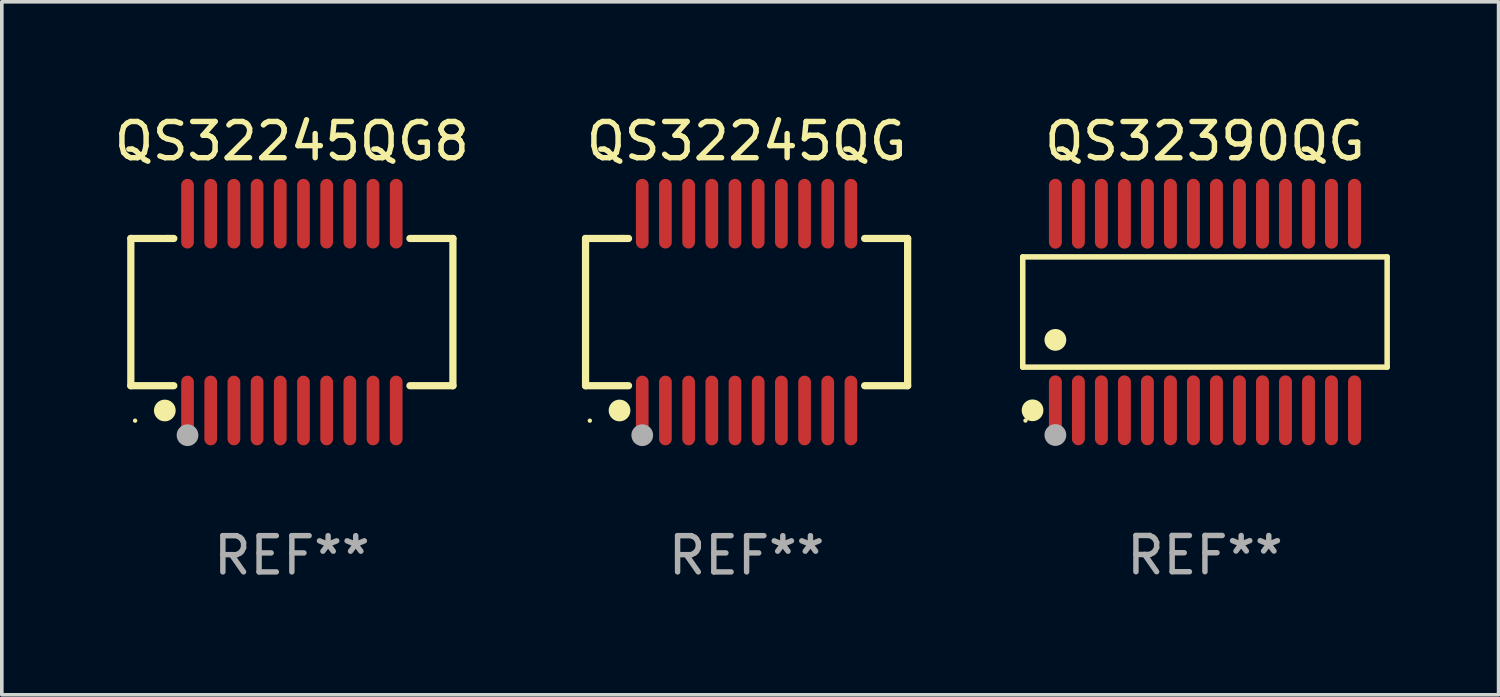
<source format=kicad_pcb>
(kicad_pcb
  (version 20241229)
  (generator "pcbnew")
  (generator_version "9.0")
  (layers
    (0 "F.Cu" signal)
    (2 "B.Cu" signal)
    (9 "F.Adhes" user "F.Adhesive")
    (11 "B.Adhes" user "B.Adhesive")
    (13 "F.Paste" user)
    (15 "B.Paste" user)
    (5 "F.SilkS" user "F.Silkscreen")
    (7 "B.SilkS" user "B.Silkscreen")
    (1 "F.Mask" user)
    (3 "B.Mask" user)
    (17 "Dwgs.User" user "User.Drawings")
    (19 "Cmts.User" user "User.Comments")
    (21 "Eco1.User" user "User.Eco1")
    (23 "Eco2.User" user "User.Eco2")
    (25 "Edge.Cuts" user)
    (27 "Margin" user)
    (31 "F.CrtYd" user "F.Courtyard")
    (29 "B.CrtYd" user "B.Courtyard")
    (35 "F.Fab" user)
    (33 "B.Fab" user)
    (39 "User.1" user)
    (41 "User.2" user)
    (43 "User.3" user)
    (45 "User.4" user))
  (footprint "QS32245QG8"
    (layer "F.Cu")
    (at 5.006 5.564)
    (property "Reference" "QS32245QG8" (at 0 -4.716 0) (layer "F.SilkS") (effects (font (size 1 1) (thickness 0.15))))
    (attr through_hole)
    (fp_line (start -4.445 -2.032) (end -4.445 2.032) (stroke (width 0.2) (type solid)) (layer "F.SilkS"))
    (fp_line (start -4.445 2.032) (end -3.259 2.032) (stroke (width 0.2) (type solid)) (layer "F.SilkS"))
    (fp_line (start -3.429 -2.032) (end -4.445 -2.032) (stroke (width 0.2) (type solid)) (layer "F.SilkS"))
    (fp_line (start -3.259 -2.032) (end -3.429 -2.032) (stroke (width 0.2) (type solid)) (layer "F.SilkS"))
    (fp_line (start 3.259 2.032) (end 4.445 2.032) (stroke (width 0.2) (type solid)) (layer "F.SilkS"))
    (fp_line (start 4.445 -2.032) (end 3.259 -2.032) (stroke (width 0.2) (type solid)) (layer "F.SilkS"))
    (fp_line (start 4.445 2.032) (end 4.445 -2.032) (stroke (width 0.2) (type solid)) (layer "F.SilkS"))
    (fp_circle (center -4.327 2.997) (end -4.297 2.997) (stroke (width 0.06) (type solid)) (fill no) (layer "F.SilkS"))
    (fp_circle (center -3.507 2.716) (end -3.357 2.716) (stroke (width 0.3) (type solid)) (fill no) (layer "F.SilkS"))
    (fp_circle (center -2.88 3.398) (end -2.73 3.398) (stroke (width 0.3) (type solid)) (fill no) (layer "F.Fab"))
    (fp_text user "REF**" (at 0 6.716 0) (layer "F.Fab") (effects (font (size 1 1) (thickness 0.15))))
    (pad "1" smd oval (at -2.88 2.716) (size 0.35 1.922) (layers "F.Cu" "F.Mask" "F.Paste"))
    (pad "2" smd oval (at -2.24 2.716) (size 0.35 1.922) (layers "F.Cu" "F.Mask" "F.Paste"))
    (pad "3" smd oval (at -1.6 2.716) (size 0.35 1.922) (layers "F.Cu" "F.Mask" "F.Paste"))
    (pad "4" smd oval (at -0.96 2.716) (size 0.35 1.922) (layers "F.Cu" "F.Mask" "F.Paste"))
    (pad "5" smd oval (at -0.32 2.716) (size 0.35 1.922) (layers "F.Cu" "F.Mask" "F.Paste"))
    (pad "6" smd oval (at 0.32 2.716) (size 0.35 1.922) (layers "F.Cu" "F.Mask" "F.Paste"))
    (pad "7" smd oval (at 0.96 2.716) (size 0.35 1.922) (layers "F.Cu" "F.Mask" "F.Paste"))
    (pad "8" smd oval (at 1.6 2.716) (size 0.35 1.922) (layers "F.Cu" "F.Mask" "F.Paste"))
    (pad "9" smd oval (at 2.24 2.716) (size 0.35 1.922) (layers "F.Cu" "F.Mask" "F.Paste"))
    (pad "10" smd oval (at 2.88 2.716) (size 0.35 1.922) (layers "F.Cu" "F.Mask" "F.Paste"))
    (pad "11" smd oval (at 2.88 -2.716) (size 0.35 1.922) (layers "F.Cu" "F.Mask" "F.Paste"))
    (pad "12" smd oval (at 2.24 -2.716) (size 0.35 1.922) (layers "F.Cu" "F.Mask" "F.Paste"))
    (pad "13" smd oval (at 1.6 -2.716) (size 0.35 1.922) (layers "F.Cu" "F.Mask" "F.Paste"))
    (pad "14" smd oval (at 0.96 -2.716) (size 0.35 1.922) (layers "F.Cu" "F.Mask" "F.Paste"))
    (pad "15" smd oval (at 0.32 -2.716) (size 0.35 1.922) (layers "F.Cu" "F.Mask" "F.Paste"))
    (pad "16" smd oval (at -0.32 -2.716) (size 0.35 1.922) (layers "F.Cu" "F.Mask" "F.Paste"))
    (pad "17" smd oval (at -0.96 -2.716) (size 0.35 1.922) (layers "F.Cu" "F.Mask" "F.Paste"))
    (pad "18" smd oval (at -1.6 -2.716) (size 0.35 1.922) (layers "F.Cu" "F.Mask" "F.Paste"))
    (pad "19" smd oval (at -2.24 -2.716) (size 0.35 1.922) (layers "F.Cu" "F.Mask" "F.Paste"))
    (pad "20" smd oval (at -2.88 -2.716) (size 0.35 1.922) (layers "F.Cu" "F.Mask" "F.Paste")))
  (footprint "QS32390QG"
    (layer "F.Cu")
    (at 30.208 5.562)
    (property "Reference" "QS32390QG" (at 0 -4.713 0) (layer "F.SilkS") (effects (font (size 1 1) (thickness 0.15))))
    (attr through_hole)
    (fp_line (start -5.029 -1.521) (end 5.029 -1.521) (stroke (width 0.152) (type solid)) (layer "F.SilkS"))
    (fp_line (start -5.029 1.521) (end -5.029 -1.521) (stroke (width 0.152) (type solid)) (layer "F.SilkS"))
    (fp_line (start 5.029 -1.521) (end 5.029 1.521) (stroke (width 0.152) (type solid)) (layer "F.SilkS"))
    (fp_line (start 5.029 1.521) (end -5.029 1.521) (stroke (width 0.152) (type solid)) (layer "F.SilkS"))
    (fp_circle (center -4.953 2.995) (end -4.923 2.995) (stroke (width 0.06) (type solid)) (fill no) (layer "F.SilkS"))
    (fp_circle (center -4.758 2.713) (end -4.608 2.713) (stroke (width 0.3) (type solid)) (fill no) (layer "F.SilkS"))
    (fp_circle (center -4.128 0.769) (end -3.977 0.769) (stroke (width 0.3) (type solid)) (fill no) (layer "F.SilkS"))
    (fp_circle (center -4.128 3.395) (end -3.977 3.395) (stroke (width 0.3) (type solid)) (fill no) (layer "F.Fab"))
    (fp_text user "REF**" (at 0 6.713 0) (layer "F.Fab") (effects (font (size 1 1) (thickness 0.15))))
    (pad "1" smd oval (at -4.128 2.713) (size 0.356 1.927) (layers "F.Cu" "F.Mask" "F.Paste"))
    (pad "2" smd oval (at -3.493 2.713) (size 0.356 1.927) (layers "F.Cu" "F.Mask" "F.Paste"))
    (pad "3" smd oval (at -2.858 2.713) (size 0.356 1.927) (layers "F.Cu" "F.Mask" "F.Paste"))
    (pad "4" smd oval (at -2.223 2.713) (size 0.356 1.927) (layers "F.Cu" "F.Mask" "F.Paste"))
    (pad "5" smd oval (at -1.588 2.713) (size 0.356 1.927) (layers "F.Cu" "F.Mask" "F.Paste"))
    (pad "6" smd oval (at -0.953 2.713) (size 0.356 1.927) (layers "F.Cu" "F.Mask" "F.Paste"))
    (pad "7" smd oval (at -0.318 2.713) (size 0.356 1.927) (layers "F.Cu" "F.Mask" "F.Paste"))
    (pad "8" smd oval (at 0.318 2.713) (size 0.356 1.927) (layers "F.Cu" "F.Mask" "F.Paste"))
    (pad "9" smd oval (at 0.953 2.713) (size 0.356 1.927) (layers "F.Cu" "F.Mask" "F.Paste"))
    (pad "10" smd oval (at 1.588 2.713) (size 0.356 1.927) (layers "F.Cu" "F.Mask" "F.Paste"))
    (pad "11" smd oval (at 2.223 2.713) (size 0.356 1.927) (layers "F.Cu" "F.Mask" "F.Paste"))
    (pad "12" smd oval (at 2.858 2.713) (size 0.356 1.927) (layers "F.Cu" "F.Mask" "F.Paste"))
    (pad "13" smd oval (at 3.493 2.713) (size 0.356 1.927) (layers "F.Cu" "F.Mask" "F.Paste"))
    (pad "14" smd oval (at 4.128 2.713) (size 0.356 1.927) (layers "F.Cu" "F.Mask" "F.Paste"))
    (pad "15" smd oval (at 4.128 -2.713) (size 0.356 1.927) (layers "F.Cu" "F.Mask" "F.Paste"))
    (pad "16" smd oval (at 3.493 -2.713) (size 0.356 1.927) (layers "F.Cu" "F.Mask" "F.Paste"))
    (pad "17" smd oval (at 2.858 -2.713) (size 0.356 1.927) (layers "F.Cu" "F.Mask" "F.Paste"))
    (pad "18" smd oval (at 2.223 -2.713) (size 0.356 1.927) (layers "F.Cu" "F.Mask" "F.Paste"))
    (pad "19" smd oval (at 1.588 -2.713) (size 0.356 1.927) (layers "F.Cu" "F.Mask" "F.Paste"))
    (pad "20" smd oval (at 0.953 -2.713) (size 0.356 1.927) (layers "F.Cu" "F.Mask" "F.Paste"))
    (pad "21" smd oval (at 0.318 -2.713) (size 0.356 1.927) (layers "F.Cu" "F.Mask" "F.Paste"))
    (pad "22" smd oval (at -0.318 -2.713) (size 0.356 1.927) (layers "F.Cu" "F.Mask" "F.Paste"))
    (pad "23" smd oval (at -0.953 -2.713) (size 0.356 1.927) (layers "F.Cu" "F.Mask" "F.Paste"))
    (pad "24" smd oval (at -1.588 -2.713) (size 0.356 1.927) (layers "F.Cu" "F.Mask" "F.Paste"))
    (pad "25" smd oval (at -2.223 -2.713) (size 0.356 1.927) (layers "F.Cu" "F.Mask" "F.Paste"))
    (pad "26" smd oval (at -2.858 -2.713) (size 0.356 1.927) (layers "F.Cu" "F.Mask" "F.Paste"))
    (pad "27" smd oval (at -3.493 -2.713) (size 0.356 1.927) (layers "F.Cu" "F.Mask" "F.Paste"))
    (pad "28" smd oval (at -4.128 -2.713) (size 0.356 1.927) (layers "F.Cu" "F.Mask" "F.Paste")))
  (footprint "QS32245QG"
    (layer "F.Cu")
    (at 17.557 5.564)
    (property "Reference" "QS32245QG" (at 0 -4.716 0) (layer "F.SilkS") (effects (font (size 1 1) (thickness 0.15))))
    (attr through_hole)
    (fp_line (start -4.445 -2.032) (end -4.445 2.032) (stroke (width 0.2) (type solid)) (layer "F.SilkS"))
    (fp_line (start -4.445 2.032) (end -3.259 2.032) (stroke (width 0.2) (type solid)) (layer "F.SilkS"))
    (fp_line (start -3.429 -2.032) (end -4.445 -2.032) (stroke (width 0.2) (type solid)) (layer "F.SilkS"))
    (fp_line (start -3.259 -2.032) (end -3.429 -2.032) (stroke (width 0.2) (type solid)) (layer "F.SilkS"))
    (fp_line (start 3.259 2.032) (end 4.445 2.032) (stroke (width 0.2) (type solid)) (layer "F.SilkS"))
    (fp_line (start 4.445 -2.032) (end 3.259 -2.032) (stroke (width 0.2) (type solid)) (layer "F.SilkS"))
    (fp_line (start 4.445 2.032) (end 4.445 -2.032) (stroke (width 0.2) (type solid)) (layer "F.SilkS"))
    (fp_circle (center -4.327 2.997) (end -4.297 2.997) (stroke (width 0.06) (type solid)) (fill no) (layer "F.SilkS"))
    (fp_circle (center -3.507 2.716) (end -3.357 2.716) (stroke (width 0.3) (type solid)) (fill no) (layer "F.SilkS"))
    (fp_circle (center -2.88 3.398) (end -2.73 3.398) (stroke (width 0.3) (type solid)) (fill no) (layer "F.Fab"))
    (fp_text user "REF**" (at 0 6.716 0) (layer "F.Fab") (effects (font (size 1 1) (thickness 0.15))))
    (pad "1" smd oval (at -2.88 2.716) (size 0.35 1.922) (layers "F.Cu" "F.Mask" "F.Paste"))
    (pad "2" smd oval (at -2.24 2.716) (size 0.35 1.922) (layers "F.Cu" "F.Mask" "F.Paste"))
    (pad "3" smd oval (at -1.6 2.716) (size 0.35 1.922) (layers "F.Cu" "F.Mask" "F.Paste"))
    (pad "4" smd oval (at -0.96 2.716) (size 0.35 1.922) (layers "F.Cu" "F.Mask" "F.Paste"))
    (pad "5" smd oval (at -0.32 2.716) (size 0.35 1.922) (layers "F.Cu" "F.Mask" "F.Paste"))
    (pad "6" smd oval (at 0.32 2.716) (size 0.35 1.922) (layers "F.Cu" "F.Mask" "F.Paste"))
    (pad "7" smd oval (at 0.96 2.716) (size 0.35 1.922) (layers "F.Cu" "F.Mask" "F.Paste"))
    (pad "8" smd oval (at 1.6 2.716) (size 0.35 1.922) (layers "F.Cu" "F.Mask" "F.Paste"))
    (pad "9" smd oval (at 2.24 2.716) (size 0.35 1.922) (layers "F.Cu" "F.Mask" "F.Paste"))
    (pad "10" smd oval (at 2.88 2.716) (size 0.35 1.922) (layers "F.Cu" "F.Mask" "F.Paste"))
    (pad "11" smd oval (at 2.88 -2.716) (size 0.35 1.922) (layers "F.Cu" "F.Mask" "F.Paste"))
    (pad "12" smd oval (at 2.24 -2.716) (size 0.35 1.922) (layers "F.Cu" "F.Mask" "F.Paste"))
    (pad "13" smd oval (at 1.6 -2.716) (size 0.35 1.922) (layers "F.Cu" "F.Mask" "F.Paste"))
    (pad "14" smd oval (at 0.96 -2.716) (size 0.35 1.922) (layers "F.Cu" "F.Mask" "F.Paste"))
    (pad "15" smd oval (at 0.32 -2.716) (size 0.35 1.922) (layers "F.Cu" "F.Mask" "F.Paste"))
    (pad "16" smd oval (at -0.32 -2.716) (size 0.35 1.922) (layers "F.Cu" "F.Mask" "F.Paste"))
    (pad "17" smd oval (at -0.96 -2.716) (size 0.35 1.922) (layers "F.Cu" "F.Mask" "F.Paste"))
    (pad "18" smd oval (at -1.6 -2.716) (size 0.35 1.922) (layers "F.Cu" "F.Mask" "F.Paste"))
    (pad "19" smd oval (at -2.24 -2.716) (size 0.35 1.922) (layers "F.Cu" "F.Mask" "F.Paste"))
    (pad "20" smd oval (at -2.88 -2.716) (size 0.35 1.922) (layers "F.Cu" "F.Mask" "F.Paste")))
  (gr_rect
    (start -3 -3)
    (end 38.313 16.128)
    (stroke (width 0.1) (type default))
    (fill no)
    (layer "Edge.Cuts")))
</source>
